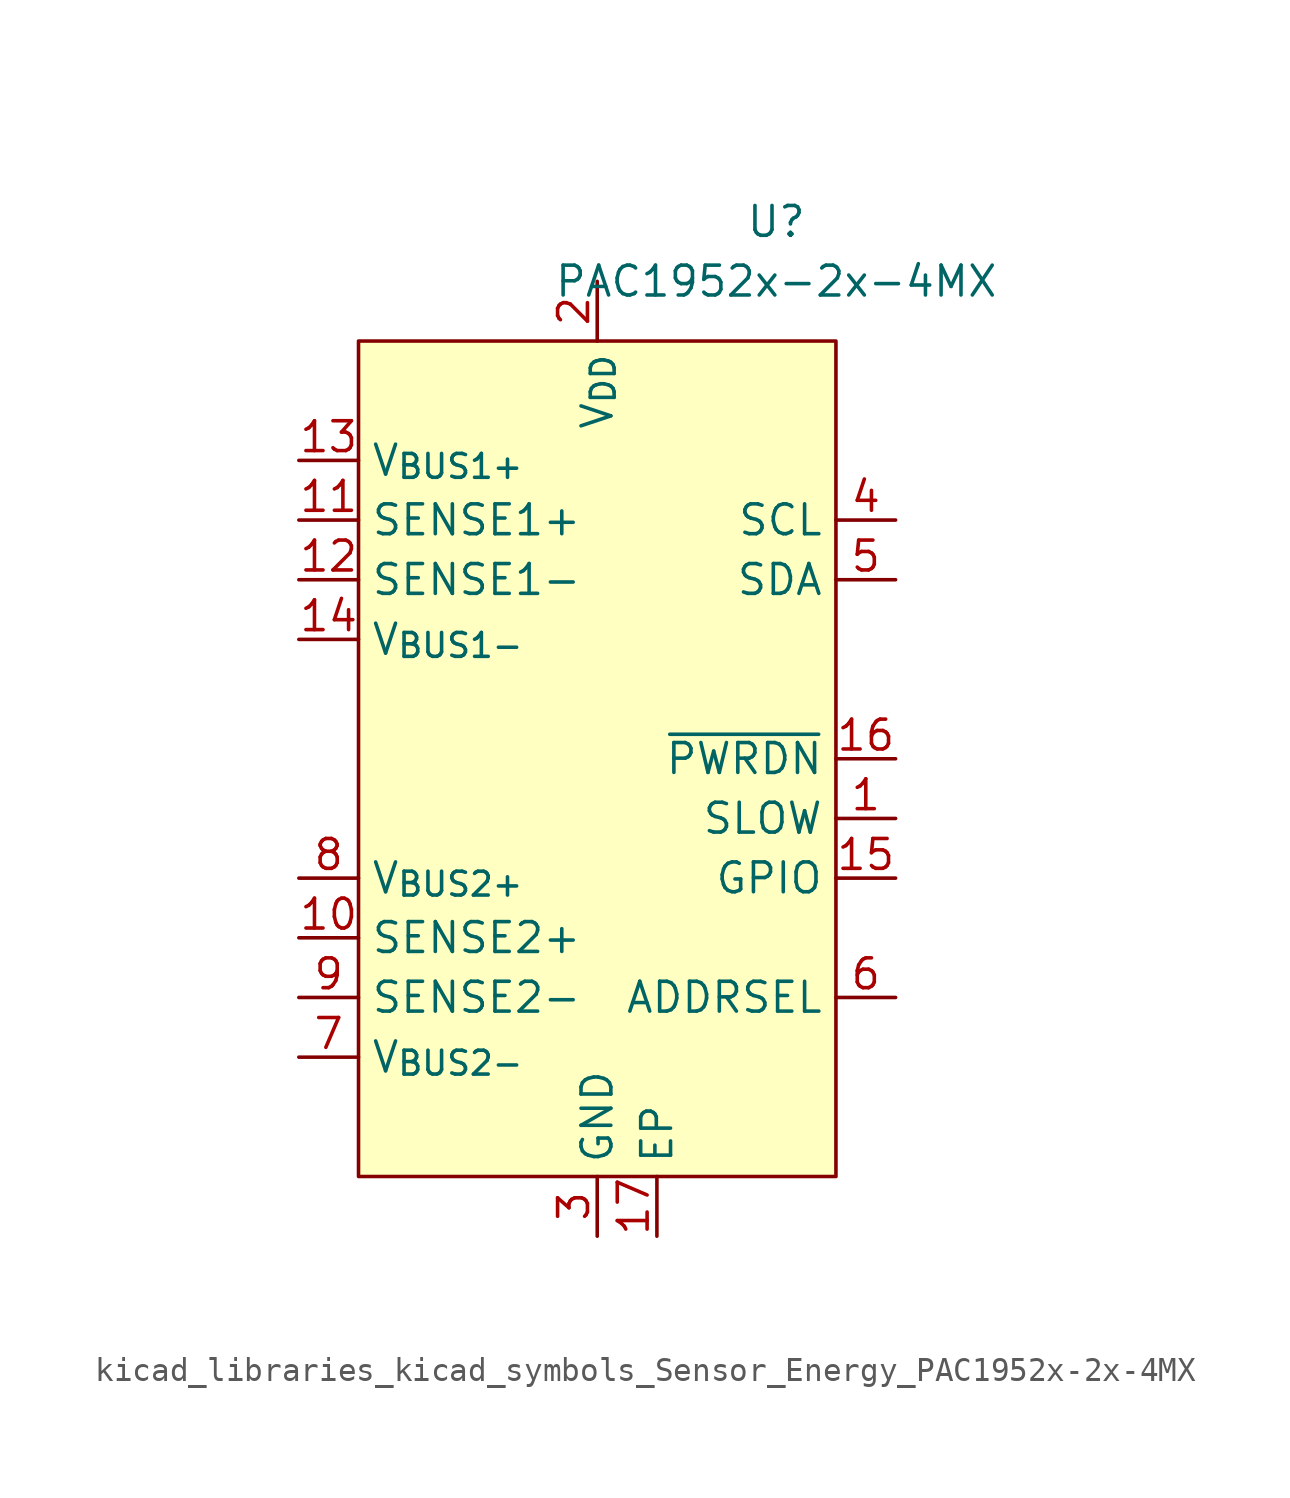
<source format=kicad_sym>
(kicad_symbol_lib
  (version 20220914)
  (generator kicad_symbol_editor)
  (symbol "kicad_libraries_kicad_symbols_Sensor_Energy_PAC1952x-2x-4MX"
    (property "Reference" "U"
      (at 7.62 22.86 0)
      (effects (font (size 1.27 1.27))))
    (property "Value" "PAC1952x-2x-4MX"
      (at 7.62 20.32 0)
      (effects (font (size 1.27 1.27))))
    (symbol "kicad_libraries_kicad_symbols_Sensor_Energy_PAC1952x-2x-4MX_0_0"
      (pin input line (at 12.7 -2.54 180) (length 2.54) (name "SLOW" (effects (font (size 1.27 1.27)))) (number "1" (effects (font (size 1.27 1.27)))) (alternate "GPIO" bidirectional line) (alternate "~{ALERT1}" open_collector line))
      (pin input line (at -12.7 -7.62 0) (length 2.54) (name "SENSE2+" (effects (font (size 1.27 1.27)))) (number "10" (effects (font (size 1.27 1.27)))))
      (pin input line (at -12.7 10.16 0) (length 2.54) (name "SENSE1+" (effects (font (size 1.27 1.27)))) (number "11" (effects (font (size 1.27 1.27)))))
      (pin input line (at -12.7 7.62 0) (length 2.54) (name "SENSE1-" (effects (font (size 1.27 1.27)))) (number "12" (effects (font (size 1.27 1.27)))))
      (pin input line (at -12.7 12.7 0) (length 2.54) (name "V_{BUS1+}" (effects (font (size 1.27 1.27)))) (number "13" (effects (font (size 1.27 1.27)))))
      (pin input line (at -12.7 5.08 0) (length 2.54) (name "V_{BUS1-}" (effects (font (size 1.27 1.27)))) (number "14" (effects (font (size 1.27 1.27)))))
      (pin bidirectional line (at 12.7 -5.08 180) (length 2.54) (name "GPIO" (effects (font (size 1.27 1.27)))) (number "15" (effects (font (size 1.27 1.27)))) (alternate "~{ALERT2}" open_collector line))
      (pin input line (at 12.7 0 180) (length 2.54) (name "~{PWRDN}" (effects (font (size 1.27 1.27)))) (number "16" (effects (font (size 1.27 1.27)))))
      (pin passive line (at 2.54 -20.32 90) (length 2.54) (name "EP" (effects (font (size 1.27 1.27)))) (number "17" (effects (font (size 1.27 1.27)))))
      (pin power_in line (at 0 20.32 270) (length 2.54) (name "V_{DD}" (effects (font (size 1.27 1.27)))) (number "2" (effects (font (size 1.27 1.27)))))
      (pin power_in line (at 0 -20.32 90) (length 2.54) (name "GND" (effects (font (size 1.27 1.27)))) (number "3" (effects (font (size 1.27 1.27)))))
      (pin input line (at 12.7 10.16 180) (length 2.54) (name "SCL" (effects (font (size 1.27 1.27)))) (number "4" (effects (font (size 1.27 1.27)))) (alternate "SM_CLK" input line))
      (pin bidirectional line (at 12.7 7.62 180) (length 2.54) (name "SDA" (effects (font (size 1.27 1.27)))) (number "5" (effects (font (size 1.27 1.27)))) (alternate "SM_DATA" bidirectional line))
      (pin passive line (at 12.7 -10.16 180) (length 2.54) (name "ADDRSEL" (effects (font (size 1.27 1.27)))) (number "6" (effects (font (size 1.27 1.27)))))
      (pin input line (at -12.7 -12.7 0) (length 2.54) (name "V_{BUS2-}" (effects (font (size 1.27 1.27)))) (number "7" (effects (font (size 1.27 1.27)))))
      (pin input line (at -12.7 -5.08 0) (length 2.54) (name "V_{BUS2+}" (effects (font (size 1.27 1.27)))) (number "8" (effects (font (size 1.27 1.27)))))
      (pin input line (at -12.7 -10.16 0) (length 2.54) (name "SENSE2-" (effects (font (size 1.27 1.27)))) (number "9" (effects (font (size 1.27 1.27))))))
    (symbol "kicad_libraries_kicad_symbols_Sensor_Energy_PAC1952x-2x-4MX_0_1"
      (rectangle (start -10.16 17.78) (end 10.16 -17.78) (stroke (width 0) (type default)) (fill (type background))))))
</source>
